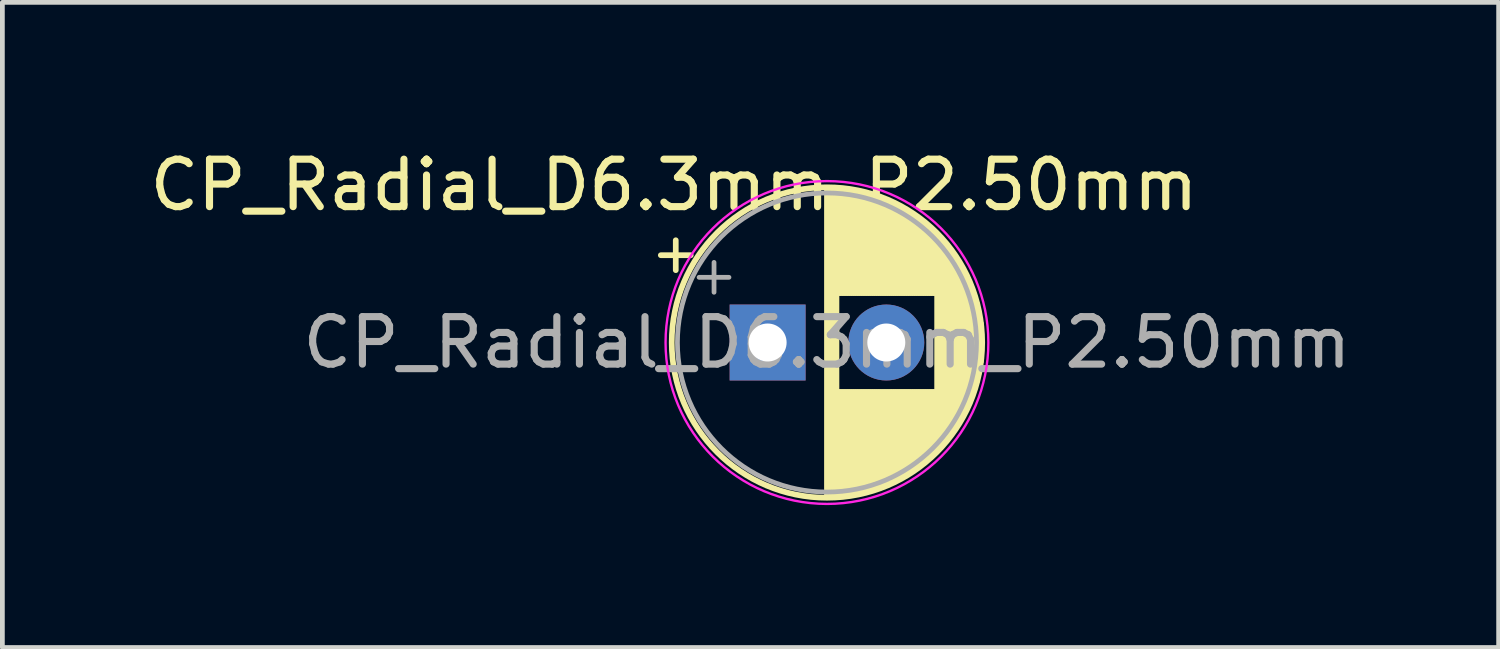
<source format=kicad_pcb>
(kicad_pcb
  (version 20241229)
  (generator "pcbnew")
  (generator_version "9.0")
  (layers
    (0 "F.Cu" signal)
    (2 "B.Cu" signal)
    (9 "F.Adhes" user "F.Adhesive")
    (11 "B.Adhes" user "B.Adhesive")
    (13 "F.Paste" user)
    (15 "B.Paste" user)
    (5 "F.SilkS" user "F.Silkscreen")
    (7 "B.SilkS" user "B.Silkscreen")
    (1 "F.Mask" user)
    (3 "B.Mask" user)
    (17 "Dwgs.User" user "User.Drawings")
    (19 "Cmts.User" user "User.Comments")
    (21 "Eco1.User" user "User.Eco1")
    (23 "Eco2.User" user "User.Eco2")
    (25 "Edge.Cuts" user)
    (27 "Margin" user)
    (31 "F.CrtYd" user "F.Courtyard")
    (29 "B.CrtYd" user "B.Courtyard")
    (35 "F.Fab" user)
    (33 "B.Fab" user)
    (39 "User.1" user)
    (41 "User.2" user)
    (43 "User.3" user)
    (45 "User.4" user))
  (footprint "CP_Radial_D6.3mm_P2.50mm"
    (layer "F.Cu")
    (at 13.12 4.165)
    (property "Reference" "CP_Radial_D6.3mm_P2.50mm" (at -1.971 -3.317 0) (layer "F.SilkS") (effects (font (size 1 1) (thickness 0.15))))
    (attr through_hole)
    (fp_line (start -2.25 -1.839) (end -1.62 -1.839) (stroke (width 0.12) (type solid)) (layer "F.SilkS"))
    (fp_line (start -1.935 -2.154) (end -1.935 -1.524) (stroke (width 0.12) (type solid)) (layer "F.SilkS"))
    (fp_line (start 1.25 -3.23) (end 1.25 3.23) (stroke (width 0.12) (type solid)) (layer "F.SilkS"))
    (fp_line (start 1.29 -3.23) (end 1.29 3.23) (stroke (width 0.12) (type solid)) (layer "F.SilkS"))
    (fp_line (start 1.33 -3.23) (end 1.33 3.23) (stroke (width 0.12) (type solid)) (layer "F.SilkS"))
    (fp_line (start 1.37 -3.228) (end 1.37 3.228) (stroke (width 0.12) (type solid)) (layer "F.SilkS"))
    (fp_line (start 1.41 -3.227) (end 1.41 3.227) (stroke (width 0.12) (type solid)) (layer "F.SilkS"))
    (fp_line (start 1.45 -3.224) (end 1.45 3.224) (stroke (width 0.12) (type solid)) (layer "F.SilkS"))
    (fp_line (start 1.49 -3.222) (end 1.49 -1.04) (stroke (width 0.12) (type solid)) (layer "F.SilkS"))
    (fp_line (start 1.49 1.04) (end 1.49 3.222) (stroke (width 0.12) (type solid)) (layer "F.SilkS"))
    (fp_line (start 1.53 -3.218) (end 1.53 -1.04) (stroke (width 0.12) (type solid)) (layer "F.SilkS"))
    (fp_line (start 1.53 1.04) (end 1.53 3.218) (stroke (width 0.12) (type solid)) (layer "F.SilkS"))
    (fp_line (start 1.57 -3.215) (end 1.57 -1.04) (stroke (width 0.12) (type solid)) (layer "F.SilkS"))
    (fp_line (start 1.57 1.04) (end 1.57 3.215) (stroke (width 0.12) (type solid)) (layer "F.SilkS"))
    (fp_line (start 1.61 -3.211) (end 1.61 -1.04) (stroke (width 0.12) (type solid)) (layer "F.SilkS"))
    (fp_line (start 1.61 1.04) (end 1.61 3.211) (stroke (width 0.12) (type solid)) (layer "F.SilkS"))
    (fp_line (start 1.65 -3.206) (end 1.65 -1.04) (stroke (width 0.12) (type solid)) (layer "F.SilkS"))
    (fp_line (start 1.65 1.04) (end 1.65 3.206) (stroke (width 0.12) (type solid)) (layer "F.SilkS"))
    (fp_line (start 1.69 -3.201) (end 1.69 -1.04) (stroke (width 0.12) (type solid)) (layer "F.SilkS"))
    (fp_line (start 1.69 1.04) (end 1.69 3.201) (stroke (width 0.12) (type solid)) (layer "F.SilkS"))
    (fp_line (start 1.73 -3.195) (end 1.73 -1.04) (stroke (width 0.12) (type solid)) (layer "F.SilkS"))
    (fp_line (start 1.73 1.04) (end 1.73 3.195) (stroke (width 0.12) (type solid)) (layer "F.SilkS"))
    (fp_line (start 1.77 -3.189) (end 1.77 -1.04) (stroke (width 0.12) (type solid)) (layer "F.SilkS"))
    (fp_line (start 1.77 1.04) (end 1.77 3.189) (stroke (width 0.12) (type solid)) (layer "F.SilkS"))
    (fp_line (start 1.81 -3.182) (end 1.81 -1.04) (stroke (width 0.12) (type solid)) (layer "F.SilkS"))
    (fp_line (start 1.81 1.04) (end 1.81 3.182) (stroke (width 0.12) (type solid)) (layer "F.SilkS"))
    (fp_line (start 1.85 -3.175) (end 1.85 -1.04) (stroke (width 0.12) (type solid)) (layer "F.SilkS"))
    (fp_line (start 1.85 1.04) (end 1.85 3.175) (stroke (width 0.12) (type solid)) (layer "F.SilkS"))
    (fp_line (start 1.89 -3.167) (end 1.89 -1.04) (stroke (width 0.12) (type solid)) (layer "F.SilkS"))
    (fp_line (start 1.89 1.04) (end 1.89 3.167) (stroke (width 0.12) (type solid)) (layer "F.SilkS"))
    (fp_line (start 1.93 -3.159) (end 1.93 -1.04) (stroke (width 0.12) (type solid)) (layer "F.SilkS"))
    (fp_line (start 1.93 1.04) (end 1.93 3.159) (stroke (width 0.12) (type solid)) (layer "F.SilkS"))
    (fp_line (start 1.971 -3.15) (end 1.971 -1.04) (stroke (width 0.12) (type solid)) (layer "F.SilkS"))
    (fp_line (start 1.971 1.04) (end 1.971 3.15) (stroke (width 0.12) (type solid)) (layer "F.SilkS"))
    (fp_line (start 2.011 -3.141) (end 2.011 -1.04) (stroke (width 0.12) (type solid)) (layer "F.SilkS"))
    (fp_line (start 2.011 1.04) (end 2.011 3.141) (stroke (width 0.12) (type solid)) (layer "F.SilkS"))
    (fp_line (start 2.051 -3.131) (end 2.051 -1.04) (stroke (width 0.12) (type solid)) (layer "F.SilkS"))
    (fp_line (start 2.051 1.04) (end 2.051 3.131) (stroke (width 0.12) (type solid)) (layer "F.SilkS"))
    (fp_line (start 2.091 -3.121) (end 2.091 -1.04) (stroke (width 0.12) (type solid)) (layer "F.SilkS"))
    (fp_line (start 2.091 1.04) (end 2.091 3.121) (stroke (width 0.12) (type solid)) (layer "F.SilkS"))
    (fp_line (start 2.131 -3.11) (end 2.131 -1.04) (stroke (width 0.12) (type solid)) (layer "F.SilkS"))
    (fp_line (start 2.131 1.04) (end 2.131 3.11) (stroke (width 0.12) (type solid)) (layer "F.SilkS"))
    (fp_line (start 2.171 -3.098) (end 2.171 -1.04) (stroke (width 0.12) (type solid)) (layer "F.SilkS"))
    (fp_line (start 2.171 1.04) (end 2.171 3.098) (stroke (width 0.12) (type solid)) (layer "F.SilkS"))
    (fp_line (start 2.211 -3.086) (end 2.211 -1.04) (stroke (width 0.12) (type solid)) (layer "F.SilkS"))
    (fp_line (start 2.211 1.04) (end 2.211 3.086) (stroke (width 0.12) (type solid)) (layer "F.SilkS"))
    (fp_line (start 2.251 -3.074) (end 2.251 -1.04) (stroke (width 0.12) (type solid)) (layer "F.SilkS"))
    (fp_line (start 2.251 1.04) (end 2.251 3.074) (stroke (width 0.12) (type solid)) (layer "F.SilkS"))
    (fp_line (start 2.291 -3.061) (end 2.291 -1.04) (stroke (width 0.12) (type solid)) (layer "F.SilkS"))
    (fp_line (start 2.291 1.04) (end 2.291 3.061) (stroke (width 0.12) (type solid)) (layer "F.SilkS"))
    (fp_line (start 2.331 -3.047) (end 2.331 -1.04) (stroke (width 0.12) (type solid)) (layer "F.SilkS"))
    (fp_line (start 2.331 1.04) (end 2.331 3.047) (stroke (width 0.12) (type solid)) (layer "F.SilkS"))
    (fp_line (start 2.371 -3.033) (end 2.371 -1.04) (stroke (width 0.12) (type solid)) (layer "F.SilkS"))
    (fp_line (start 2.371 1.04) (end 2.371 3.033) (stroke (width 0.12) (type solid)) (layer "F.SilkS"))
    (fp_line (start 2.411 -3.018) (end 2.411 -1.04) (stroke (width 0.12) (type solid)) (layer "F.SilkS"))
    (fp_line (start 2.411 1.04) (end 2.411 3.018) (stroke (width 0.12) (type solid)) (layer "F.SilkS"))
    (fp_line (start 2.451 -3.002) (end 2.451 -1.04) (stroke (width 0.12) (type solid)) (layer "F.SilkS"))
    (fp_line (start 2.451 1.04) (end 2.451 3.002) (stroke (width 0.12) (type solid)) (layer "F.SilkS"))
    (fp_line (start 2.491 -2.986) (end 2.491 -1.04) (stroke (width 0.12) (type solid)) (layer "F.SilkS"))
    (fp_line (start 2.491 1.04) (end 2.491 2.986) (stroke (width 0.12) (type solid)) (layer "F.SilkS"))
    (fp_line (start 2.531 -2.97) (end 2.531 -1.04) (stroke (width 0.12) (type solid)) (layer "F.SilkS"))
    (fp_line (start 2.531 1.04) (end 2.531 2.97) (stroke (width 0.12) (type solid)) (layer "F.SilkS"))
    (fp_line (start 2.571 -2.952) (end 2.571 -1.04) (stroke (width 0.12) (type solid)) (layer "F.SilkS"))
    (fp_line (start 2.571 1.04) (end 2.571 2.952) (stroke (width 0.12) (type solid)) (layer "F.SilkS"))
    (fp_line (start 2.611 -2.934) (end 2.611 -1.04) (stroke (width 0.12) (type solid)) (layer "F.SilkS"))
    (fp_line (start 2.611 1.04) (end 2.611 2.934) (stroke (width 0.12) (type solid)) (layer "F.SilkS"))
    (fp_line (start 2.651 -2.916) (end 2.651 -1.04) (stroke (width 0.12) (type solid)) (layer "F.SilkS"))
    (fp_line (start 2.651 1.04) (end 2.651 2.916) (stroke (width 0.12) (type solid)) (layer "F.SilkS"))
    (fp_line (start 2.691 -2.896) (end 2.691 -1.04) (stroke (width 0.12) (type solid)) (layer "F.SilkS"))
    (fp_line (start 2.691 1.04) (end 2.691 2.896) (stroke (width 0.12) (type solid)) (layer "F.SilkS"))
    (fp_line (start 2.731 -2.876) (end 2.731 -1.04) (stroke (width 0.12) (type solid)) (layer "F.SilkS"))
    (fp_line (start 2.731 1.04) (end 2.731 2.876) (stroke (width 0.12) (type solid)) (layer "F.SilkS"))
    (fp_line (start 2.771 -2.856) (end 2.771 -1.04) (stroke (width 0.12) (type solid)) (layer "F.SilkS"))
    (fp_line (start 2.771 1.04) (end 2.771 2.856) (stroke (width 0.12) (type solid)) (layer "F.SilkS"))
    (fp_line (start 2.811 -2.834) (end 2.811 -1.04) (stroke (width 0.12) (type solid)) (layer "F.SilkS"))
    (fp_line (start 2.811 1.04) (end 2.811 2.834) (stroke (width 0.12) (type solid)) (layer "F.SilkS"))
    (fp_line (start 2.851 -2.812) (end 2.851 -1.04) (stroke (width 0.12) (type solid)) (layer "F.SilkS"))
    (fp_line (start 2.851 1.04) (end 2.851 2.812) (stroke (width 0.12) (type solid)) (layer "F.SilkS"))
    (fp_line (start 2.891 -2.79) (end 2.891 -1.04) (stroke (width 0.12) (type solid)) (layer "F.SilkS"))
    (fp_line (start 2.891 1.04) (end 2.891 2.79) (stroke (width 0.12) (type solid)) (layer "F.SilkS"))
    (fp_line (start 2.931 -2.766) (end 2.931 -1.04) (stroke (width 0.12) (type solid)) (layer "F.SilkS"))
    (fp_line (start 2.931 1.04) (end 2.931 2.766) (stroke (width 0.12) (type solid)) (layer "F.SilkS"))
    (fp_line (start 2.971 -2.742) (end 2.971 -1.04) (stroke (width 0.12) (type solid)) (layer "F.SilkS"))
    (fp_line (start 2.971 1.04) (end 2.971 2.742) (stroke (width 0.12) (type solid)) (layer "F.SilkS"))
    (fp_line (start 3.011 -2.716) (end 3.011 -1.04) (stroke (width 0.12) (type solid)) (layer "F.SilkS"))
    (fp_line (start 3.011 1.04) (end 3.011 2.716) (stroke (width 0.12) (type solid)) (layer "F.SilkS"))
    (fp_line (start 3.051 -2.69) (end 3.051 -1.04) (stroke (width 0.12) (type solid)) (layer "F.SilkS"))
    (fp_line (start 3.051 1.04) (end 3.051 2.69) (stroke (width 0.12) (type solid)) (layer "F.SilkS"))
    (fp_line (start 3.091 -2.664) (end 3.091 -1.04) (stroke (width 0.12) (type solid)) (layer "F.SilkS"))
    (fp_line (start 3.091 1.04) (end 3.091 2.664) (stroke (width 0.12) (type solid)) (layer "F.SilkS"))
    (fp_line (start 3.131 -2.636) (end 3.131 -1.04) (stroke (width 0.12) (type solid)) (layer "F.SilkS"))
    (fp_line (start 3.131 1.04) (end 3.131 2.636) (stroke (width 0.12) (type solid)) (layer "F.SilkS"))
    (fp_line (start 3.171 -2.607) (end 3.171 -1.04) (stroke (width 0.12) (type solid)) (layer "F.SilkS"))
    (fp_line (start 3.171 1.04) (end 3.171 2.607) (stroke (width 0.12) (type solid)) (layer "F.SilkS"))
    (fp_line (start 3.211 -2.578) (end 3.211 -1.04) (stroke (width 0.12) (type solid)) (layer "F.SilkS"))
    (fp_line (start 3.211 1.04) (end 3.211 2.578) (stroke (width 0.12) (type solid)) (layer "F.SilkS"))
    (fp_line (start 3.251 -2.548) (end 3.251 -1.04) (stroke (width 0.12) (type solid)) (layer "F.SilkS"))
    (fp_line (start 3.251 1.04) (end 3.251 2.548) (stroke (width 0.12) (type solid)) (layer "F.SilkS"))
    (fp_line (start 3.291 -2.516) (end 3.291 -1.04) (stroke (width 0.12) (type solid)) (layer "F.SilkS"))
    (fp_line (start 3.291 1.04) (end 3.291 2.516) (stroke (width 0.12) (type solid)) (layer "F.SilkS"))
    (fp_line (start 3.331 -2.484) (end 3.331 -1.04) (stroke (width 0.12) (type solid)) (layer "F.SilkS"))
    (fp_line (start 3.331 1.04) (end 3.331 2.484) (stroke (width 0.12) (type solid)) (layer "F.SilkS"))
    (fp_line (start 3.371 -2.45) (end 3.371 -1.04) (stroke (width 0.12) (type solid)) (layer "F.SilkS"))
    (fp_line (start 3.371 1.04) (end 3.371 2.45) (stroke (width 0.12) (type solid)) (layer "F.SilkS"))
    (fp_line (start 3.411 -2.416) (end 3.411 -1.04) (stroke (width 0.12) (type solid)) (layer "F.SilkS"))
    (fp_line (start 3.411 1.04) (end 3.411 2.416) (stroke (width 0.12) (type solid)) (layer "F.SilkS"))
    (fp_line (start 3.451 -2.38) (end 3.451 -1.04) (stroke (width 0.12) (type solid)) (layer "F.SilkS"))
    (fp_line (start 3.451 1.04) (end 3.451 2.38) (stroke (width 0.12) (type solid)) (layer "F.SilkS"))
    (fp_line (start 3.491 -2.343) (end 3.491 -1.04) (stroke (width 0.12) (type solid)) (layer "F.SilkS"))
    (fp_line (start 3.491 1.04) (end 3.491 2.343) (stroke (width 0.12) (type solid)) (layer "F.SilkS"))
    (fp_line (start 3.531 -2.305) (end 3.531 -1.04) (stroke (width 0.12) (type solid)) (layer "F.SilkS"))
    (fp_line (start 3.531 1.04) (end 3.531 2.305) (stroke (width 0.12) (type solid)) (layer "F.SilkS"))
    (fp_line (start 3.571 -2.265) (end 3.571 2.265) (stroke (width 0.12) (type solid)) (layer "F.SilkS"))
    (fp_line (start 3.611 -2.224) (end 3.611 2.224) (stroke (width 0.12) (type solid)) (layer "F.SilkS"))
    (fp_line (start 3.651 -2.182) (end 3.651 2.182) (stroke (width 0.12) (type solid)) (layer "F.SilkS"))
    (fp_line (start 3.691 -2.137) (end 3.691 2.137) (stroke (width 0.12) (type solid)) (layer "F.SilkS"))
    (fp_line (start 3.731 -2.092) (end 3.731 2.092) (stroke (width 0.12) (type solid)) (layer "F.SilkS"))
    (fp_line (start 3.771 -2.044) (end 3.771 2.044) (stroke (width 0.12) (type solid)) (layer "F.SilkS"))
    (fp_line (start 3.811 -1.995) (end 3.811 1.995) (stroke (width 0.12) (type solid)) (layer "F.SilkS"))
    (fp_line (start 3.851 -1.944) (end 3.851 1.944) (stroke (width 0.12) (type solid)) (layer "F.SilkS"))
    (fp_line (start 3.891 -1.89) (end 3.891 1.89) (stroke (width 0.12) (type solid)) (layer "F.SilkS"))
    (fp_line (start 3.931 -1.834) (end 3.931 1.834) (stroke (width 0.12) (type solid)) (layer "F.SilkS"))
    (fp_line (start 3.971 -1.776) (end 3.971 1.776) (stroke (width 0.12) (type solid)) (layer "F.SilkS"))
    (fp_line (start 4.011 -1.714) (end 4.011 1.714) (stroke (width 0.12) (type solid)) (layer "F.SilkS"))
    (fp_line (start 4.051 -1.65) (end 4.051 1.65) (stroke (width 0.12) (type solid)) (layer "F.SilkS"))
    (fp_line (start 4.091 -1.581) (end 4.091 1.581) (stroke (width 0.12) (type solid)) (layer "F.SilkS"))
    (fp_line (start 4.131 -1.509) (end 4.131 1.509) (stroke (width 0.12) (type solid)) (layer "F.SilkS"))
    (fp_line (start 4.171 -1.432) (end 4.171 1.432) (stroke (width 0.12) (type solid)) (layer "F.SilkS"))
    (fp_line (start 4.211 -1.35) (end 4.211 1.35) (stroke (width 0.12) (type solid)) (layer "F.SilkS"))
    (fp_line (start 4.251 -1.262) (end 4.251 1.262) (stroke (width 0.12) (type solid)) (layer "F.SilkS"))
    (fp_line (start 4.291 -1.165) (end 4.291 1.165) (stroke (width 0.12) (type solid)) (layer "F.SilkS"))
    (fp_line (start 4.331 -1.059) (end 4.331 1.059) (stroke (width 0.12) (type solid)) (layer "F.SilkS"))
    (fp_line (start 4.371 -0.94) (end 4.371 0.94) (stroke (width 0.12) (type solid)) (layer "F.SilkS"))
    (fp_line (start 4.411 -0.802) (end 4.411 0.802) (stroke (width 0.12) (type solid)) (layer "F.SilkS"))
    (fp_line (start 4.451 -0.633) (end 4.451 0.633) (stroke (width 0.12) (type solid)) (layer "F.SilkS"))
    (fp_line (start 4.491 -0.402) (end 4.491 0.402) (stroke (width 0.12) (type solid)) (layer "F.SilkS"))
    (fp_circle (center 1.25 0) (end 4.52 0) (stroke (width 0.12) (type solid)) (fill no) (layer "F.SilkS"))
    (fp_circle (center 1.25 0) (end 4.65 0) (stroke (width 0.05) (type solid)) (fill no) (layer "F.CrtYd"))
    (fp_line (start -1.444 -1.373) (end -0.814 -1.373) (stroke (width 0.1) (type solid)) (layer "F.Fab"))
    (fp_line (start -1.129 -1.688) (end -1.129 -1.058) (stroke (width 0.1) (type solid)) (layer "F.Fab"))
    (fp_circle (center 1.25 0) (end 4.4 0) (stroke (width 0.1) (type solid)) (fill no) (layer "F.Fab"))
    (fp_text user "${REFERENCE}" (at 1.25 0 0) (layer "F.Fab") (effects (font (size 1 1) (thickness 0.15))))
    (pad "1" thru_hole rect (at 0 0) (size 1.6 1.6) (drill 0.8) (layers "*.Cu" "*.Mask"))
    (pad "2" thru_hole circle (at 2.5 0) (size 1.6 1.6) (drill 0.8) (layers "*.Cu" "*.Mask")))
  (gr_rect
    (start -3 -3)
    (end 28.519 10.59)
    (stroke (width 0.1) (type default))
    (fill no)
    (layer "Edge.Cuts")))
</source>
